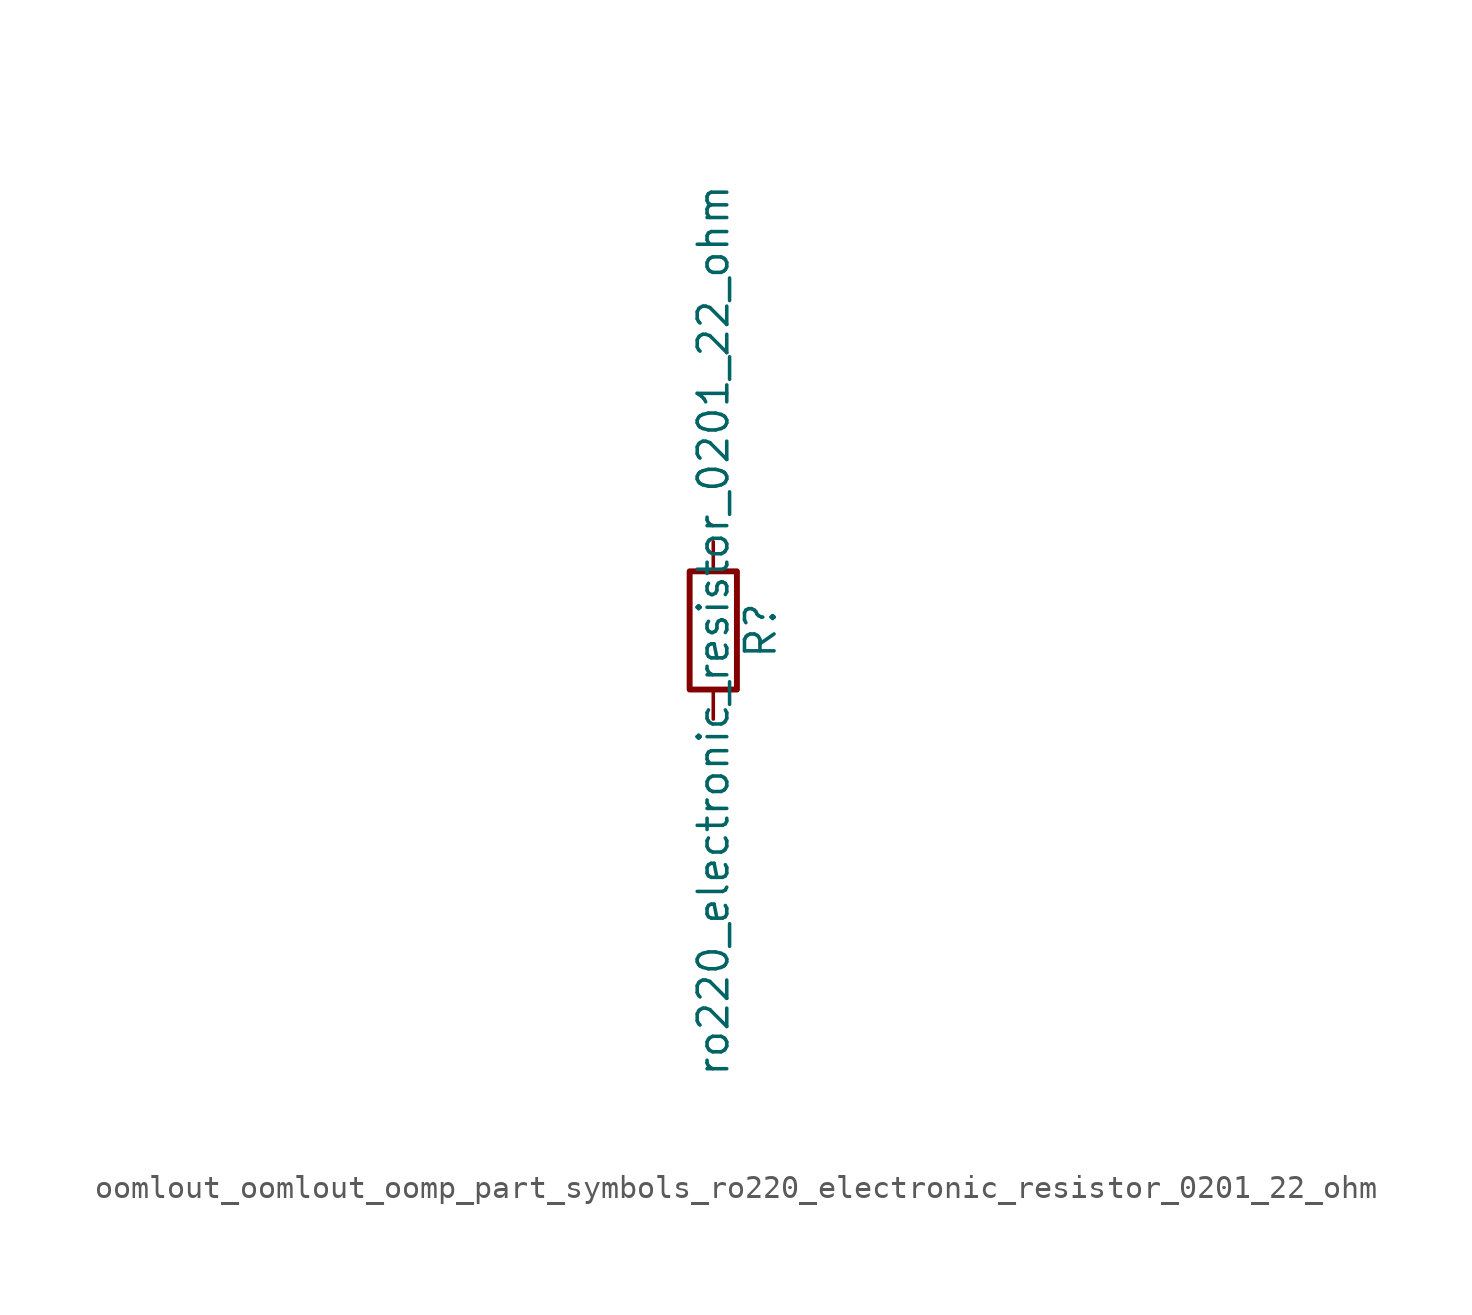
<source format=kicad_sym>
(kicad_symbol_lib
  (version 20220914)
  (generator kicad_symbol_editor)
  (symbol "oomlout_oomlout_oomp_part_symbols_ro220_electronic_resistor_0201_22_ohm"
    (pin_numbers hide)
    (pin_names
      (offset 0))
    (property "Reference" "R"
      (at 2.032 0 90)
      (effects (font (size 1.27 1.27))))
    (property "Value" "ro220_electronic_resistor_0201_22_ohm"
      (at 0 0 90)
      (effects (font (size 1.27 1.27))))
    (symbol "oomlout_oomlout_oomp_part_symbols_ro220_electronic_resistor_0201_22_ohm_0_1"
      (rectangle (start -1.016 -2.54) (end 1.016 2.54) (stroke (width 0.254) (type default)) (fill (type none))))
    (symbol "oomlout_oomlout_oomp_part_symbols_ro220_electronic_resistor_0201_22_ohm_1_1"
      (pin passive line (at 0 3.81 270) (length 1.27) (name "~" (effects (font (size 1.27 1.27)))) (number "1" (effects (font (size 1.27 1.27)))))
      (pin passive line (at 0 -3.81 90) (length 1.27) (name "~" (effects (font (size 1.27 1.27)))) (number "2" (effects (font (size 1.27 1.27))))))))
</source>
